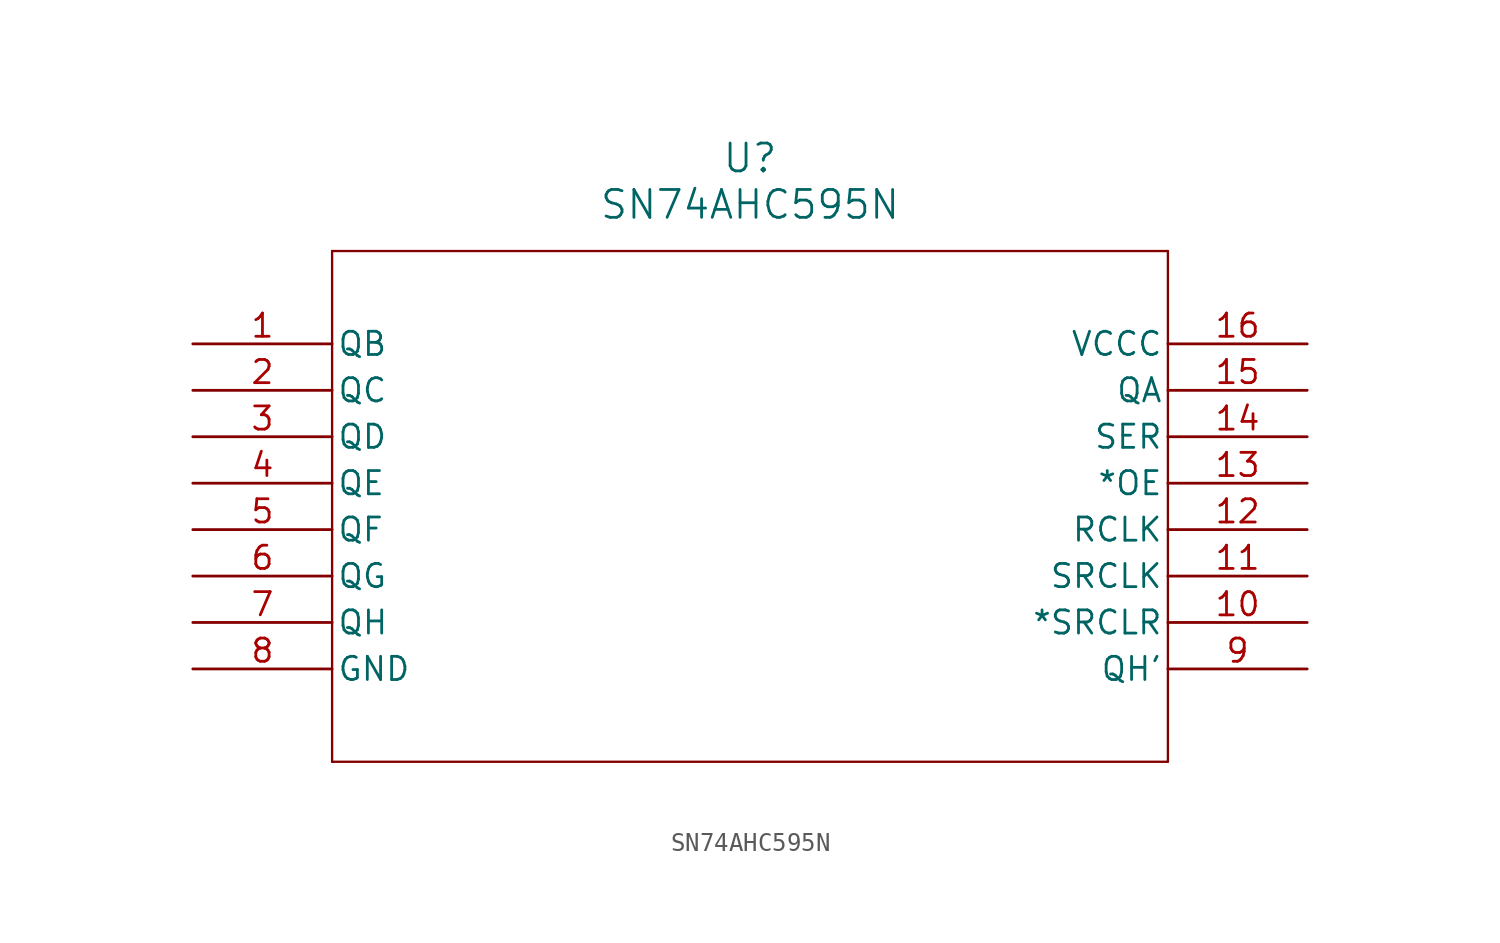
<source format=kicad_sym>
(kicad_symbol_lib
  (version 20211014)
  (generator kicad_symbol_editor)
  (symbol "SN74AHC595N"
    (pin_names
      (offset 0.254))
    (property "Reference" "U"
      (at 30.48 10.16 0)
      (effects (font (size 1.524 1.524))))
    (property "Value" "SN74AHC595N"
      (at 30.48 7.62 0)
      (effects (font (size 1.524 1.524))))
    (symbol "SN74AHC595N_0_1"
      (polyline (pts (xy 7.62 5.08) (xy 7.62 -22.86)) (stroke (width 0.127) (type default) (color 0 0 0 0)) (fill (type none)))
      (polyline (pts (xy 7.62 -22.86) (xy 53.34 -22.86)) (stroke (width 0.127) (type default) (color 0 0 0 0)) (fill (type none)))
      (polyline (pts (xy 53.34 -22.86) (xy 53.34 5.08)) (stroke (width 0.127) (type default) (color 0 0 0 0)) (fill (type none)))
      (polyline (pts (xy 53.34 5.08) (xy 7.62 5.08)) (stroke (width 0.127) (type default) (color 0 0 0 0)) (fill (type none)))
      (pin output line (at 0 0 0) (length 7.62) (name "QB" (effects (font (size 1.27 1.27)))) (number "1" (effects (font (size 1.27 1.27)))))
      (pin output line (at 0 -2.54 0) (length 7.62) (name "QC" (effects (font (size 1.27 1.27)))) (number "2" (effects (font (size 1.27 1.27)))))
      (pin output line (at 0 -5.08 0) (length 7.62) (name "QD" (effects (font (size 1.27 1.27)))) (number "3" (effects (font (size 1.27 1.27)))))
      (pin output line (at 0 -7.62 0) (length 7.62) (name "QE" (effects (font (size 1.27 1.27)))) (number "4" (effects (font (size 1.27 1.27)))))
      (pin output line (at 0 -10.16 0) (length 7.62) (name "QF" (effects (font (size 1.27 1.27)))) (number "5" (effects (font (size 1.27 1.27)))))
      (pin output line (at 0 -12.7 0) (length 7.62) (name "QG" (effects (font (size 1.27 1.27)))) (number "6" (effects (font (size 1.27 1.27)))))
      (pin output line (at 0 -15.24 0) (length 7.62) (name "QH" (effects (font (size 1.27 1.27)))) (number "7" (effects (font (size 1.27 1.27)))))
      (pin power_in line (at 0 -17.78 0) (length 7.62) (name "GND" (effects (font (size 1.27 1.27)))) (number "8" (effects (font (size 1.27 1.27)))))
      (pin output line (at 60.96 -17.78 180) (length 7.62) (name "QH'" (effects (font (size 1.27 1.27)))) (number "9" (effects (font (size 1.27 1.27)))))
      (pin input line (at 60.96 -15.24 180) (length 7.62) (name "*SRCLR" (effects (font (size 1.27 1.27)))) (number "10" (effects (font (size 1.27 1.27)))))
      (pin input line (at 60.96 -12.7 180) (length 7.62) (name "SRCLK" (effects (font (size 1.27 1.27)))) (number "11" (effects (font (size 1.27 1.27)))))
      (pin input line (at 60.96 -10.16 180) (length 7.62) (name "RCLK" (effects (font (size 1.27 1.27)))) (number "12" (effects (font (size 1.27 1.27)))))
      (pin input line (at 60.96 -7.62 180) (length 7.62) (name "*OE" (effects (font (size 1.27 1.27)))) (number "13" (effects (font (size 1.27 1.27)))))
      (pin input line (at 60.96 -5.08 180) (length 7.62) (name "SER" (effects (font (size 1.27 1.27)))) (number "14" (effects (font (size 1.27 1.27)))))
      (pin output line (at 60.96 -2.54 180) (length 7.62) (name "QA" (effects (font (size 1.27 1.27)))) (number "15" (effects (font (size 1.27 1.27)))))
      (pin power_in line (at 60.96 0 180) (length 7.62) (name "VCCC" (effects (font (size 1.27 1.27)))) (number "16" (effects (font (size 1.27 1.27))))))))
</source>
